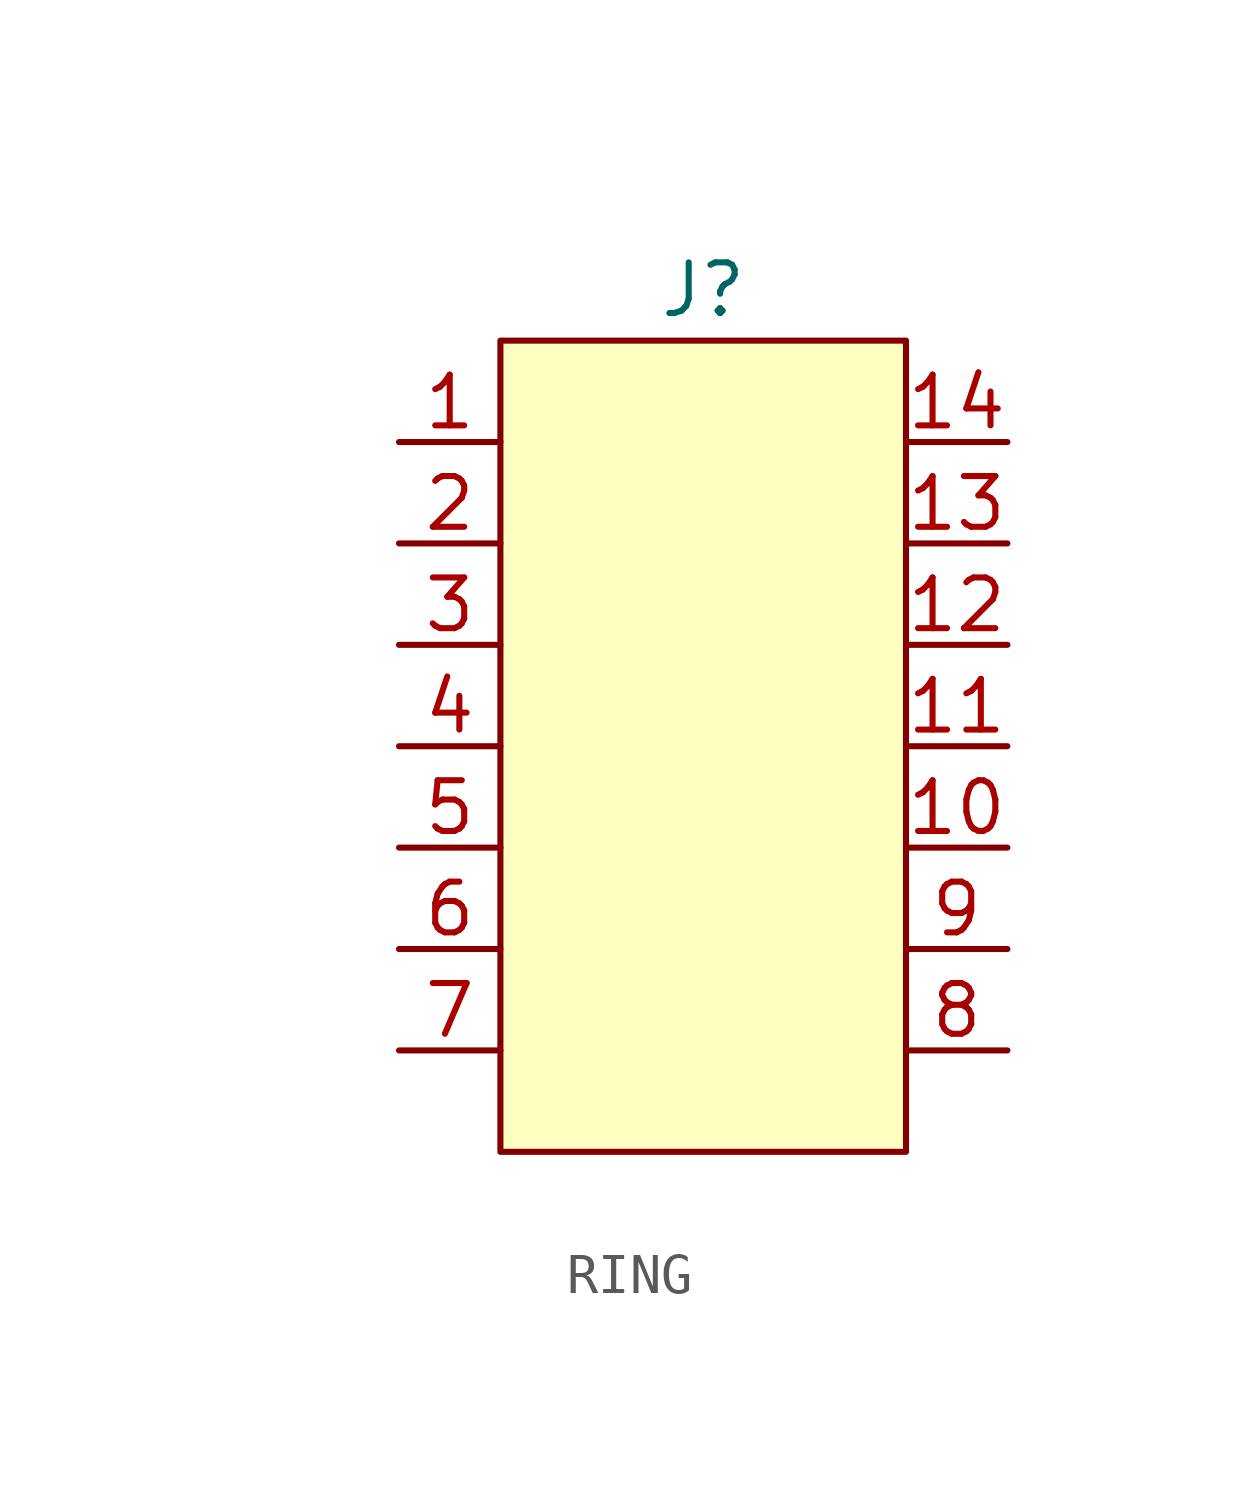
<source format=kicad_sym>
(kicad_symbol_lib
  (version 20220914)
  (generator kicad_symbol_editor)
  (symbol "RING"
    (property "Reference" "J"
      (at 0 5.08 0)
      (effects (font (size 1.27 1.27))))
    (property "Value" ""
      (at -11.43 0 0)
      (effects (font (size 1.27 1.27))))
    (symbol "RING_1_0"
      (pin bidirectional line (at -7.62 1.27 0) (length 2.54) (name "" (effects (font (size 1.27 1.27)))) (number "1" (effects (font (size 1.27 1.27)))))
      (pin bidirectional line (at 7.62 -8.89 180) (length 2.54) (name "" (effects (font (size 1.27 1.27)))) (number "10" (effects (font (size 1.27 1.27)))))
      (pin bidirectional line (at 7.62 -6.35 180) (length 2.54) (name "" (effects (font (size 1.27 1.27)))) (number "11" (effects (font (size 1.27 1.27)))))
      (pin bidirectional line (at 7.62 -3.81 180) (length 2.54) (name "" (effects (font (size 1.27 1.27)))) (number "12" (effects (font (size 1.27 1.27)))))
      (pin bidirectional line (at 7.62 -1.27 180) (length 2.54) (name "" (effects (font (size 1.27 1.27)))) (number "13" (effects (font (size 1.27 1.27)))))
      (pin bidirectional line (at 7.62 1.27 180) (length 2.54) (name "" (effects (font (size 1.27 1.27)))) (number "14" (effects (font (size 1.27 1.27)))))
      (pin bidirectional line (at -7.62 -1.27 0) (length 2.54) (name "" (effects (font (size 1.27 1.27)))) (number "2" (effects (font (size 1.27 1.27)))))
      (pin bidirectional line (at -7.62 -3.81 0) (length 2.54) (name "" (effects (font (size 1.27 1.27)))) (number "3" (effects (font (size 1.27 1.27)))))
      (pin bidirectional line (at -7.62 -6.35 0) (length 2.54) (name "" (effects (font (size 1.27 1.27)))) (number "4" (effects (font (size 1.27 1.27)))))
      (pin bidirectional line (at -7.62 -8.89 0) (length 2.54) (name "" (effects (font (size 1.27 1.27)))) (number "5" (effects (font (size 1.27 1.27)))))
      (pin bidirectional line (at -7.62 -11.43 0) (length 2.54) (name "" (effects (font (size 1.27 1.27)))) (number "6" (effects (font (size 1.27 1.27)))))
      (pin bidirectional line (at -7.62 -13.97 0) (length 2.54) (name "" (effects (font (size 1.27 1.27)))) (number "7" (effects (font (size 1.27 1.27)))))
      (pin bidirectional line (at 7.62 -13.97 180) (length 2.54) (name "" (effects (font (size 1.27 1.27)))) (number "8" (effects (font (size 1.27 1.27)))))
      (pin bidirectional line (at 7.62 -11.43 180) (length 2.54) (name "" (effects (font (size 1.27 1.27)))) (number "9" (effects (font (size 1.27 1.27))))))
    (symbol "RING_1_1"
      (rectangle (start -5.08 3.81) (end 5.08 -16.51) (stroke (width 0) (type default)) (fill (type background))))))
</source>
